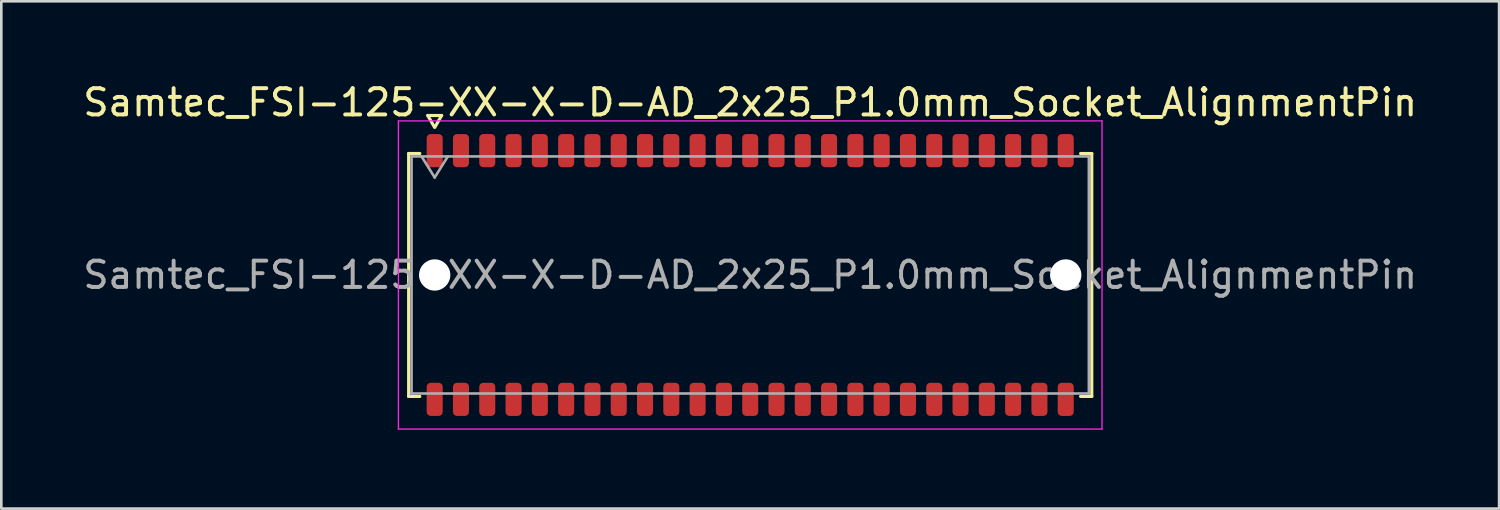
<source format=kicad_pcb>
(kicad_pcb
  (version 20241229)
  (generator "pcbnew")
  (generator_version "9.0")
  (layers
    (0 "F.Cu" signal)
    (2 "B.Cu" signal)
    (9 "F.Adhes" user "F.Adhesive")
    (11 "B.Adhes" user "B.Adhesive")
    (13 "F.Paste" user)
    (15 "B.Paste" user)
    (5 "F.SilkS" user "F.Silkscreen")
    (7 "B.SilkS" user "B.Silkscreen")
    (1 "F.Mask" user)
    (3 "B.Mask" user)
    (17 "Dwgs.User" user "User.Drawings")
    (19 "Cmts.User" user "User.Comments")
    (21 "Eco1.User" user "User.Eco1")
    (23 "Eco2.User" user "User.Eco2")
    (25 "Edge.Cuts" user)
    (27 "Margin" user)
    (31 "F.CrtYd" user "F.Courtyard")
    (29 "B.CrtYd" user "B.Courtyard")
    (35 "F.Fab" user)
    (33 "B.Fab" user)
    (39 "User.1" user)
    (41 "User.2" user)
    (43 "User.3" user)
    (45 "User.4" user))
  (footprint "Samtec_FSI-125-XX-X-D-AD_2x25_P1.0mm_Socket_AlignmentPin"
    (layer "F.Cu")
    (at 25.482 7.408)
    (property "Reference" "Samtec_FSI-125-XX-X-D-AD_2x25_P1.0mm_Socket_AlignmentPin" (at 0 -6.56 0) (layer "F.SilkS") (effects (font (size 1 1) (thickness 0.15))))
    (attr smd)
    (fp_line (start -12.99 -4.619) (end -12.565 -4.619) (stroke (width 0.12) (type solid)) (layer "F.SilkS"))
    (fp_line (start -12.99 4.619) (end -12.99 -4.619) (stroke (width 0.12) (type solid)) (layer "F.SilkS"))
    (fp_line (start -12.565 4.619) (end -12.99 4.619) (stroke (width 0.12) (type solid)) (layer "F.SilkS"))
    (fp_line (start -12.264 -6.066) (end -12.007 -5.62) (stroke (width 0.12) (type solid)) (layer "F.SilkS"))
    (fp_line (start -11.993 -5.62) (end -11.736 -6.066) (stroke (width 0.12) (type solid)) (layer "F.SilkS"))
    (fp_line (start -11.736 -6.066) (end -12.264 -6.066) (stroke (width 0.12) (type solid)) (layer "F.SilkS"))
    (fp_line (start 12.565 -4.619) (end 12.99 -4.619) (stroke (width 0.12) (type solid)) (layer "F.SilkS"))
    (fp_line (start 12.99 -4.619) (end 12.99 4.619) (stroke (width 0.12) (type solid)) (layer "F.SilkS"))
    (fp_line (start 12.99 4.619) (end 12.565 4.619) (stroke (width 0.12) (type solid)) (layer "F.SilkS"))
    (fp_line (start -13.38 -5.86) (end -13.38 5.86) (stroke (width 0.05) (type solid)) (layer "F.CrtYd"))
    (fp_line (start -13.38 5.86) (end 13.38 5.86) (stroke (width 0.05) (type solid)) (layer "F.CrtYd"))
    (fp_line (start 13.38 -5.86) (end -13.38 -5.86) (stroke (width 0.05) (type solid)) (layer "F.CrtYd"))
    (fp_line (start 13.38 5.86) (end 13.38 -5.86) (stroke (width 0.05) (type solid)) (layer "F.CrtYd"))
    (fp_line (start -12.88 -4.508) (end 12.88 -4.508) (stroke (width 0.1) (type solid)) (layer "F.Fab"))
    (fp_line (start -12.88 4.508) (end -12.88 -4.508) (stroke (width 0.1) (type solid)) (layer "F.Fab"))
    (fp_line (start -12.5 -4.508) (end -12 -3.708) (stroke (width 0.1) (type solid)) (layer "F.Fab"))
    (fp_line (start -12 -3.708) (end -11.5 -4.508) (stroke (width 0.1) (type solid)) (layer "F.Fab"))
    (fp_line (start 12.88 -4.508) (end 12.88 4.508) (stroke (width 0.1) (type solid)) (layer "F.Fab"))
    (fp_line (start 12.88 4.508) (end -12.88 4.508) (stroke (width 0.1) (type solid)) (layer "F.Fab"))
    (fp_text user "${REFERENCE}" (at 0 0 0) (layer "F.Fab") (effects (font (size 1 1) (thickness 0.15))))
    (pad "" np_thru_hole circle (at -12 0) (size 1.19 1.19) (drill 1.19) (layers "*.Cu" "*.Mask"))
    (pad "" np_thru_hole circle (at 12 0) (size 1.19 1.19) (drill 1.19) (layers "*.Cu" "*.Mask"))
    (pad "1" smd roundrect (at -12 -4.73) (size 0.61 1.26) (layers "F.Cu" "F.Mask" "F.Paste") (roundrect_rratio 0.25))
    (pad "2" smd roundrect (at -12 4.73) (size 0.61 1.26) (layers "F.Cu" "F.Mask" "F.Paste") (roundrect_rratio 0.25))
    (pad "3" smd roundrect (at -11 -4.73) (size 0.61 1.26) (layers "F.Cu" "F.Mask" "F.Paste") (roundrect_rratio 0.25))
    (pad "4" smd roundrect (at -11 4.73) (size 0.61 1.26) (layers "F.Cu" "F.Mask" "F.Paste") (roundrect_rratio 0.25))
    (pad "5" smd roundrect (at -10 -4.73) (size 0.61 1.26) (layers "F.Cu" "F.Mask" "F.Paste") (roundrect_rratio 0.25))
    (pad "6" smd roundrect (at -10 4.73) (size 0.61 1.26) (layers "F.Cu" "F.Mask" "F.Paste") (roundrect_rratio 0.25))
    (pad "7" smd roundrect (at -9 -4.73) (size 0.61 1.26) (layers "F.Cu" "F.Mask" "F.Paste") (roundrect_rratio 0.25))
    (pad "8" smd roundrect (at -9 4.73) (size 0.61 1.26) (layers "F.Cu" "F.Mask" "F.Paste") (roundrect_rratio 0.25))
    (pad "9" smd roundrect (at -8 -4.73) (size 0.61 1.26) (layers "F.Cu" "F.Mask" "F.Paste") (roundrect_rratio 0.25))
    (pad "10" smd roundrect (at -8 4.73) (size 0.61 1.26) (layers "F.Cu" "F.Mask" "F.Paste") (roundrect_rratio 0.25))
    (pad "11" smd roundrect (at -7 -4.73) (size 0.61 1.26) (layers "F.Cu" "F.Mask" "F.Paste") (roundrect_rratio 0.25))
    (pad "12" smd roundrect (at -7 4.73) (size 0.61 1.26) (layers "F.Cu" "F.Mask" "F.Paste") (roundrect_rratio 0.25))
    (pad "13" smd roundrect (at -6 -4.73) (size 0.61 1.26) (layers "F.Cu" "F.Mask" "F.Paste") (roundrect_rratio 0.25))
    (pad "14" smd roundrect (at -6 4.73) (size 0.61 1.26) (layers "F.Cu" "F.Mask" "F.Paste") (roundrect_rratio 0.25))
    (pad "15" smd roundrect (at -5 -4.73) (size 0.61 1.26) (layers "F.Cu" "F.Mask" "F.Paste") (roundrect_rratio 0.25))
    (pad "16" smd roundrect (at -5 4.73) (size 0.61 1.26) (layers "F.Cu" "F.Mask" "F.Paste") (roundrect_rratio 0.25))
    (pad "17" smd roundrect (at -4 -4.73) (size 0.61 1.26) (layers "F.Cu" "F.Mask" "F.Paste") (roundrect_rratio 0.25))
    (pad "18" smd roundrect (at -4 4.73) (size 0.61 1.26) (layers "F.Cu" "F.Mask" "F.Paste") (roundrect_rratio 0.25))
    (pad "19" smd roundrect (at -3 -4.73) (size 0.61 1.26) (layers "F.Cu" "F.Mask" "F.Paste") (roundrect_rratio 0.25))
    (pad "20" smd roundrect (at -3 4.73) (size 0.61 1.26) (layers "F.Cu" "F.Mask" "F.Paste") (roundrect_rratio 0.25))
    (pad "21" smd roundrect (at -2 -4.73) (size 0.61 1.26) (layers "F.Cu" "F.Mask" "F.Paste") (roundrect_rratio 0.25))
    (pad "22" smd roundrect (at -2 4.73) (size 0.61 1.26) (layers "F.Cu" "F.Mask" "F.Paste") (roundrect_rratio 0.25))
    (pad "23" smd roundrect (at -1 -4.73) (size 0.61 1.26) (layers "F.Cu" "F.Mask" "F.Paste") (roundrect_rratio 0.25))
    (pad "24" smd roundrect (at -1 4.73) (size 0.61 1.26) (layers "F.Cu" "F.Mask" "F.Paste") (roundrect_rratio 0.25))
    (pad "25" smd roundrect (at 0 -4.73) (size 0.61 1.26) (layers "F.Cu" "F.Mask" "F.Paste") (roundrect_rratio 0.25))
    (pad "26" smd roundrect (at 0 4.73) (size 0.61 1.26) (layers "F.Cu" "F.Mask" "F.Paste") (roundrect_rratio 0.25))
    (pad "27" smd roundrect (at 1 -4.73) (size 0.61 1.26) (layers "F.Cu" "F.Mask" "F.Paste") (roundrect_rratio 0.25))
    (pad "28" smd roundrect (at 1 4.73) (size 0.61 1.26) (layers "F.Cu" "F.Mask" "F.Paste") (roundrect_rratio 0.25))
    (pad "29" smd roundrect (at 2 -4.73) (size 0.61 1.26) (layers "F.Cu" "F.Mask" "F.Paste") (roundrect_rratio 0.25))
    (pad "30" smd roundrect (at 2 4.73) (size 0.61 1.26) (layers "F.Cu" "F.Mask" "F.Paste") (roundrect_rratio 0.25))
    (pad "31" smd roundrect (at 3 -4.73) (size 0.61 1.26) (layers "F.Cu" "F.Mask" "F.Paste") (roundrect_rratio 0.25))
    (pad "32" smd roundrect (at 3 4.73) (size 0.61 1.26) (layers "F.Cu" "F.Mask" "F.Paste") (roundrect_rratio 0.25))
    (pad "33" smd roundrect (at 4 -4.73) (size 0.61 1.26) (layers "F.Cu" "F.Mask" "F.Paste") (roundrect_rratio 0.25))
    (pad "34" smd roundrect (at 4 4.73) (size 0.61 1.26) (layers "F.Cu" "F.Mask" "F.Paste") (roundrect_rratio 0.25))
    (pad "35" smd roundrect (at 5 -4.73) (size 0.61 1.26) (layers "F.Cu" "F.Mask" "F.Paste") (roundrect_rratio 0.25))
    (pad "36" smd roundrect (at 5 4.73) (size 0.61 1.26) (layers "F.Cu" "F.Mask" "F.Paste") (roundrect_rratio 0.25))
    (pad "37" smd roundrect (at 6 -4.73) (size 0.61 1.26) (layers "F.Cu" "F.Mask" "F.Paste") (roundrect_rratio 0.25))
    (pad "38" smd roundrect (at 6 4.73) (size 0.61 1.26) (layers "F.Cu" "F.Mask" "F.Paste") (roundrect_rratio 0.25))
    (pad "39" smd roundrect (at 7 -4.73) (size 0.61 1.26) (layers "F.Cu" "F.Mask" "F.Paste") (roundrect_rratio 0.25))
    (pad "40" smd roundrect (at 7 4.73) (size 0.61 1.26) (layers "F.Cu" "F.Mask" "F.Paste") (roundrect_rratio 0.25))
    (pad "41" smd roundrect (at 8 -4.73) (size 0.61 1.26) (layers "F.Cu" "F.Mask" "F.Paste") (roundrect_rratio 0.25))
    (pad "42" smd roundrect (at 8 4.73) (size 0.61 1.26) (layers "F.Cu" "F.Mask" "F.Paste") (roundrect_rratio 0.25))
    (pad "43" smd roundrect (at 9 -4.73) (size 0.61 1.26) (layers "F.Cu" "F.Mask" "F.Paste") (roundrect_rratio 0.25))
    (pad "44" smd roundrect (at 9 4.73) (size 0.61 1.26) (layers "F.Cu" "F.Mask" "F.Paste") (roundrect_rratio 0.25))
    (pad "45" smd roundrect (at 10 -4.73) (size 0.61 1.26) (layers "F.Cu" "F.Mask" "F.Paste") (roundrect_rratio 0.25))
    (pad "46" smd roundrect (at 10 4.73) (size 0.61 1.26) (layers "F.Cu" "F.Mask" "F.Paste") (roundrect_rratio 0.25))
    (pad "47" smd roundrect (at 11 -4.73) (size 0.61 1.26) (layers "F.Cu" "F.Mask" "F.Paste") (roundrect_rratio 0.25))
    (pad "48" smd roundrect (at 11 4.73) (size 0.61 1.26) (layers "F.Cu" "F.Mask" "F.Paste") (roundrect_rratio 0.25))
    (pad "49" smd roundrect (at 12 -4.73) (size 0.61 1.26) (layers "F.Cu" "F.Mask" "F.Paste") (roundrect_rratio 0.25))
    (pad "50" smd roundrect (at 12 4.73) (size 0.61 1.26) (layers "F.Cu" "F.Mask" "F.Paste") (roundrect_rratio 0.25)))
  (gr_rect
    (start -3 -3)
    (end 53.964 16.293)
    (stroke (width 0.1) (type default))
    (fill no)
    (layer "Edge.Cuts")))
</source>
